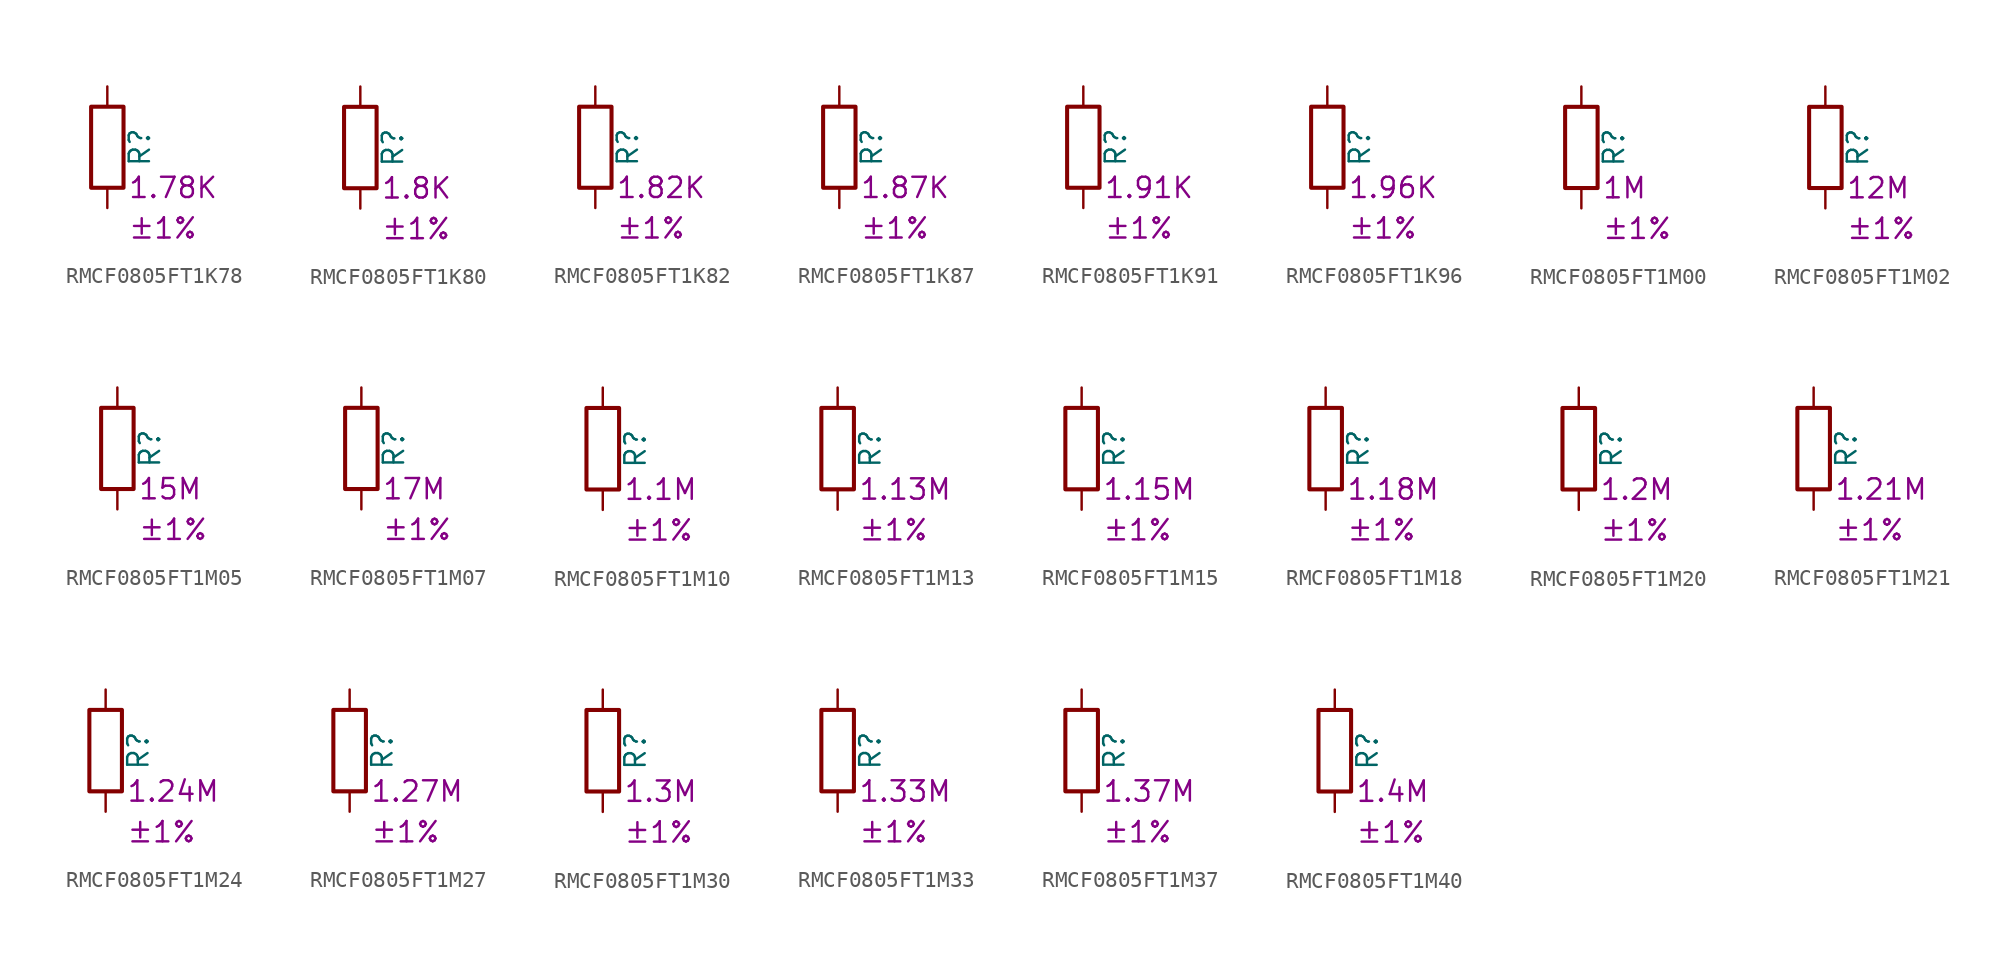
<source format=kicad_sym>
(kicad_symbol_lib
  (version 20220914)
  (generator kicad_symbol_editor)
  (symbol "RMCF0805FT1K78"
    (pin_numbers hide)
    (pin_names
      (offset 0))
    (property "Reference" "R"
      (at 2.032 0 90)
      (effects (font (size 1.27 1.27))))
    (property "Resistance" "1.78K"
      (at 1.27 -2.54 0)
      (effects (font (size 1.27 1.27)) (justify left)))
    (property "Tolerance" "±1%"
      (at 1.27 -5.08 0)
      (effects (font (size 1.27 1.27)) (justify left)))
    (symbol "RMCF0805FT1K78_0_1"
      (rectangle (start -1.016 -2.54) (end 1.016 2.54) (stroke (width 0.254) (type default)) (fill (type none))))
    (symbol "RMCF0805FT1K78_1_1"
      (pin passive line (at 0 3.81 270) (length 1.27) (name "~" (effects (font (size 1.27 1.27)))) (number "1" (effects (font (size 1.27 1.27)))))
      (pin passive line (at 0 -3.81 90) (length 1.27) (name "~" (effects (font (size 1.27 1.27)))) (number "2" (effects (font (size 1.27 1.27)))))))
  (symbol "RMCF0805FT1K80"
    (pin_numbers hide)
    (pin_names
      (offset 0))
    (property "Reference" "R"
      (at 2.032 0 90)
      (effects (font (size 1.27 1.27))))
    (property "Resistance" "1.8K"
      (at 1.27 -2.54 0)
      (effects (font (size 1.27 1.27)) (justify left)))
    (property "Tolerance" "±1%"
      (at 1.27 -5.08 0)
      (effects (font (size 1.27 1.27)) (justify left)))
    (symbol "RMCF0805FT1K80_0_1"
      (rectangle (start -1.016 -2.54) (end 1.016 2.54) (stroke (width 0.254) (type default)) (fill (type none))))
    (symbol "RMCF0805FT1K80_1_1"
      (pin passive line (at 0 3.81 270) (length 1.27) (name "~" (effects (font (size 1.27 1.27)))) (number "1" (effects (font (size 1.27 1.27)))))
      (pin passive line (at 0 -3.81 90) (length 1.27) (name "~" (effects (font (size 1.27 1.27)))) (number "2" (effects (font (size 1.27 1.27)))))))
  (symbol "RMCF0805FT1K82"
    (pin_numbers hide)
    (pin_names
      (offset 0))
    (property "Reference" "R"
      (at 2.032 0 90)
      (effects (font (size 1.27 1.27))))
    (property "Resistance" "1.82K"
      (at 1.27 -2.54 0)
      (effects (font (size 1.27 1.27)) (justify left)))
    (property "Tolerance" "±1%"
      (at 1.27 -5.08 0)
      (effects (font (size 1.27 1.27)) (justify left)))
    (symbol "RMCF0805FT1K82_0_1"
      (rectangle (start -1.016 -2.54) (end 1.016 2.54) (stroke (width 0.254) (type default)) (fill (type none))))
    (symbol "RMCF0805FT1K82_1_1"
      (pin passive line (at 0 3.81 270) (length 1.27) (name "~" (effects (font (size 1.27 1.27)))) (number "1" (effects (font (size 1.27 1.27)))))
      (pin passive line (at 0 -3.81 90) (length 1.27) (name "~" (effects (font (size 1.27 1.27)))) (number "2" (effects (font (size 1.27 1.27)))))))
  (symbol "RMCF0805FT1K87"
    (pin_numbers hide)
    (pin_names
      (offset 0))
    (property "Reference" "R"
      (at 2.032 0 90)
      (effects (font (size 1.27 1.27))))
    (property "Resistance" "1.87K"
      (at 1.27 -2.54 0)
      (effects (font (size 1.27 1.27)) (justify left)))
    (property "Tolerance" "±1%"
      (at 1.27 -5.08 0)
      (effects (font (size 1.27 1.27)) (justify left)))
    (symbol "RMCF0805FT1K87_0_1"
      (rectangle (start -1.016 -2.54) (end 1.016 2.54) (stroke (width 0.254) (type default)) (fill (type none))))
    (symbol "RMCF0805FT1K87_1_1"
      (pin passive line (at 0 3.81 270) (length 1.27) (name "~" (effects (font (size 1.27 1.27)))) (number "1" (effects (font (size 1.27 1.27)))))
      (pin passive line (at 0 -3.81 90) (length 1.27) (name "~" (effects (font (size 1.27 1.27)))) (number "2" (effects (font (size 1.27 1.27)))))))
  (symbol "RMCF0805FT1K91"
    (pin_numbers hide)
    (pin_names
      (offset 0))
    (property "Reference" "R"
      (at 2.032 0 90)
      (effects (font (size 1.27 1.27))))
    (property "Resistance" "1.91K"
      (at 1.27 -2.54 0)
      (effects (font (size 1.27 1.27)) (justify left)))
    (property "Tolerance" "±1%"
      (at 1.27 -5.08 0)
      (effects (font (size 1.27 1.27)) (justify left)))
    (symbol "RMCF0805FT1K91_0_1"
      (rectangle (start -1.016 -2.54) (end 1.016 2.54) (stroke (width 0.254) (type default)) (fill (type none))))
    (symbol "RMCF0805FT1K91_1_1"
      (pin passive line (at 0 3.81 270) (length 1.27) (name "~" (effects (font (size 1.27 1.27)))) (number "1" (effects (font (size 1.27 1.27)))))
      (pin passive line (at 0 -3.81 90) (length 1.27) (name "~" (effects (font (size 1.27 1.27)))) (number "2" (effects (font (size 1.27 1.27)))))))
  (symbol "RMCF0805FT1K96"
    (pin_numbers hide)
    (pin_names
      (offset 0))
    (property "Reference" "R"
      (at 2.032 0 90)
      (effects (font (size 1.27 1.27))))
    (property "Resistance" "1.96K"
      (at 1.27 -2.54 0)
      (effects (font (size 1.27 1.27)) (justify left)))
    (property "Tolerance" "±1%"
      (at 1.27 -5.08 0)
      (effects (font (size 1.27 1.27)) (justify left)))
    (symbol "RMCF0805FT1K96_0_1"
      (rectangle (start -1.016 -2.54) (end 1.016 2.54) (stroke (width 0.254) (type default)) (fill (type none))))
    (symbol "RMCF0805FT1K96_1_1"
      (pin passive line (at 0 3.81 270) (length 1.27) (name "~" (effects (font (size 1.27 1.27)))) (number "1" (effects (font (size 1.27 1.27)))))
      (pin passive line (at 0 -3.81 90) (length 1.27) (name "~" (effects (font (size 1.27 1.27)))) (number "2" (effects (font (size 1.27 1.27)))))))
  (symbol "RMCF0805FT1M00"
    (pin_numbers hide)
    (pin_names
      (offset 0))
    (property "Reference" "R"
      (at 2.032 0 90)
      (effects (font (size 1.27 1.27))))
    (property "Resistance" "1M"
      (at 1.27 -2.54 0)
      (effects (font (size 1.27 1.27)) (justify left)))
    (property "Tolerance" "±1%"
      (at 1.27 -5.08 0)
      (effects (font (size 1.27 1.27)) (justify left)))
    (symbol "RMCF0805FT1M00_0_1"
      (rectangle (start -1.016 -2.54) (end 1.016 2.54) (stroke (width 0.254) (type default)) (fill (type none))))
    (symbol "RMCF0805FT1M00_1_1"
      (pin passive line (at 0 3.81 270) (length 1.27) (name "~" (effects (font (size 1.27 1.27)))) (number "1" (effects (font (size 1.27 1.27)))))
      (pin passive line (at 0 -3.81 90) (length 1.27) (name "~" (effects (font (size 1.27 1.27)))) (number "2" (effects (font (size 1.27 1.27)))))))
  (symbol "RMCF0805FT1M02"
    (pin_numbers hide)
    (pin_names
      (offset 0))
    (property "Reference" "R"
      (at 2.032 0 90)
      (effects (font (size 1.27 1.27))))
    (property "Resistance" "12M"
      (at 1.27 -2.54 0)
      (effects (font (size 1.27 1.27)) (justify left)))
    (property "Tolerance" "±1%"
      (at 1.27 -5.08 0)
      (effects (font (size 1.27 1.27)) (justify left)))
    (symbol "RMCF0805FT1M02_0_1"
      (rectangle (start -1.016 -2.54) (end 1.016 2.54) (stroke (width 0.254) (type default)) (fill (type none))))
    (symbol "RMCF0805FT1M02_1_1"
      (pin passive line (at 0 3.81 270) (length 1.27) (name "~" (effects (font (size 1.27 1.27)))) (number "1" (effects (font (size 1.27 1.27)))))
      (pin passive line (at 0 -3.81 90) (length 1.27) (name "~" (effects (font (size 1.27 1.27)))) (number "2" (effects (font (size 1.27 1.27)))))))
  (symbol "RMCF0805FT1M05"
    (pin_numbers hide)
    (pin_names
      (offset 0))
    (property "Reference" "R"
      (at 2.032 0 90)
      (effects (font (size 1.27 1.27))))
    (property "Resistance" "15M"
      (at 1.27 -2.54 0)
      (effects (font (size 1.27 1.27)) (justify left)))
    (property "Tolerance" "±1%"
      (at 1.27 -5.08 0)
      (effects (font (size 1.27 1.27)) (justify left)))
    (symbol "RMCF0805FT1M05_0_1"
      (rectangle (start -1.016 -2.54) (end 1.016 2.54) (stroke (width 0.254) (type default)) (fill (type none))))
    (symbol "RMCF0805FT1M05_1_1"
      (pin passive line (at 0 3.81 270) (length 1.27) (name "~" (effects (font (size 1.27 1.27)))) (number "1" (effects (font (size 1.27 1.27)))))
      (pin passive line (at 0 -3.81 90) (length 1.27) (name "~" (effects (font (size 1.27 1.27)))) (number "2" (effects (font (size 1.27 1.27)))))))
  (symbol "RMCF0805FT1M07"
    (pin_numbers hide)
    (pin_names
      (offset 0))
    (property "Reference" "R"
      (at 2.032 0 90)
      (effects (font (size 1.27 1.27))))
    (property "Resistance" "17M"
      (at 1.27 -2.54 0)
      (effects (font (size 1.27 1.27)) (justify left)))
    (property "Tolerance" "±1%"
      (at 1.27 -5.08 0)
      (effects (font (size 1.27 1.27)) (justify left)))
    (symbol "RMCF0805FT1M07_0_1"
      (rectangle (start -1.016 -2.54) (end 1.016 2.54) (stroke (width 0.254) (type default)) (fill (type none))))
    (symbol "RMCF0805FT1M07_1_1"
      (pin passive line (at 0 3.81 270) (length 1.27) (name "~" (effects (font (size 1.27 1.27)))) (number "1" (effects (font (size 1.27 1.27)))))
      (pin passive line (at 0 -3.81 90) (length 1.27) (name "~" (effects (font (size 1.27 1.27)))) (number "2" (effects (font (size 1.27 1.27)))))))
  (symbol "RMCF0805FT1M10"
    (pin_numbers hide)
    (pin_names
      (offset 0))
    (property "Reference" "R"
      (at 2.032 0 90)
      (effects (font (size 1.27 1.27))))
    (property "Resistance" "1.1M"
      (at 1.27 -2.54 0)
      (effects (font (size 1.27 1.27)) (justify left)))
    (property "Tolerance" "±1%"
      (at 1.27 -5.08 0)
      (effects (font (size 1.27 1.27)) (justify left)))
    (symbol "RMCF0805FT1M10_0_1"
      (rectangle (start -1.016 -2.54) (end 1.016 2.54) (stroke (width 0.254) (type default)) (fill (type none))))
    (symbol "RMCF0805FT1M10_1_1"
      (pin passive line (at 0 3.81 270) (length 1.27) (name "~" (effects (font (size 1.27 1.27)))) (number "1" (effects (font (size 1.27 1.27)))))
      (pin passive line (at 0 -3.81 90) (length 1.27) (name "~" (effects (font (size 1.27 1.27)))) (number "2" (effects (font (size 1.27 1.27)))))))
  (symbol "RMCF0805FT1M13"
    (pin_numbers hide)
    (pin_names
      (offset 0))
    (property "Reference" "R"
      (at 2.032 0 90)
      (effects (font (size 1.27 1.27))))
    (property "Resistance" "1.13M"
      (at 1.27 -2.54 0)
      (effects (font (size 1.27 1.27)) (justify left)))
    (property "Tolerance" "±1%"
      (at 1.27 -5.08 0)
      (effects (font (size 1.27 1.27)) (justify left)))
    (symbol "RMCF0805FT1M13_0_1"
      (rectangle (start -1.016 -2.54) (end 1.016 2.54) (stroke (width 0.254) (type default)) (fill (type none))))
    (symbol "RMCF0805FT1M13_1_1"
      (pin passive line (at 0 3.81 270) (length 1.27) (name "~" (effects (font (size 1.27 1.27)))) (number "1" (effects (font (size 1.27 1.27)))))
      (pin passive line (at 0 -3.81 90) (length 1.27) (name "~" (effects (font (size 1.27 1.27)))) (number "2" (effects (font (size 1.27 1.27)))))))
  (symbol "RMCF0805FT1M15"
    (pin_numbers hide)
    (pin_names
      (offset 0))
    (property "Reference" "R"
      (at 2.032 0 90)
      (effects (font (size 1.27 1.27))))
    (property "Resistance" "1.15M"
      (at 1.27 -2.54 0)
      (effects (font (size 1.27 1.27)) (justify left)))
    (property "Tolerance" "±1%"
      (at 1.27 -5.08 0)
      (effects (font (size 1.27 1.27)) (justify left)))
    (symbol "RMCF0805FT1M15_0_1"
      (rectangle (start -1.016 -2.54) (end 1.016 2.54) (stroke (width 0.254) (type default)) (fill (type none))))
    (symbol "RMCF0805FT1M15_1_1"
      (pin passive line (at 0 3.81 270) (length 1.27) (name "~" (effects (font (size 1.27 1.27)))) (number "1" (effects (font (size 1.27 1.27)))))
      (pin passive line (at 0 -3.81 90) (length 1.27) (name "~" (effects (font (size 1.27 1.27)))) (number "2" (effects (font (size 1.27 1.27)))))))
  (symbol "RMCF0805FT1M18"
    (pin_numbers hide)
    (pin_names
      (offset 0))
    (property "Reference" "R"
      (at 2.032 0 90)
      (effects (font (size 1.27 1.27))))
    (property "Resistance" "1.18M"
      (at 1.27 -2.54 0)
      (effects (font (size 1.27 1.27)) (justify left)))
    (property "Tolerance" "±1%"
      (at 1.27 -5.08 0)
      (effects (font (size 1.27 1.27)) (justify left)))
    (symbol "RMCF0805FT1M18_0_1"
      (rectangle (start -1.016 -2.54) (end 1.016 2.54) (stroke (width 0.254) (type default)) (fill (type none))))
    (symbol "RMCF0805FT1M18_1_1"
      (pin passive line (at 0 3.81 270) (length 1.27) (name "~" (effects (font (size 1.27 1.27)))) (number "1" (effects (font (size 1.27 1.27)))))
      (pin passive line (at 0 -3.81 90) (length 1.27) (name "~" (effects (font (size 1.27 1.27)))) (number "2" (effects (font (size 1.27 1.27)))))))
  (symbol "RMCF0805FT1M20"
    (pin_numbers hide)
    (pin_names
      (offset 0))
    (property "Reference" "R"
      (at 2.032 0 90)
      (effects (font (size 1.27 1.27))))
    (property "Resistance" "1.2M"
      (at 1.27 -2.54 0)
      (effects (font (size 1.27 1.27)) (justify left)))
    (property "Tolerance" "±1%"
      (at 1.27 -5.08 0)
      (effects (font (size 1.27 1.27)) (justify left)))
    (symbol "RMCF0805FT1M20_0_1"
      (rectangle (start -1.016 -2.54) (end 1.016 2.54) (stroke (width 0.254) (type default)) (fill (type none))))
    (symbol "RMCF0805FT1M20_1_1"
      (pin passive line (at 0 3.81 270) (length 1.27) (name "~" (effects (font (size 1.27 1.27)))) (number "1" (effects (font (size 1.27 1.27)))))
      (pin passive line (at 0 -3.81 90) (length 1.27) (name "~" (effects (font (size 1.27 1.27)))) (number "2" (effects (font (size 1.27 1.27)))))))
  (symbol "RMCF0805FT1M21"
    (pin_numbers hide)
    (pin_names
      (offset 0))
    (property "Reference" "R"
      (at 2.032 0 90)
      (effects (font (size 1.27 1.27))))
    (property "Resistance" "1.21M"
      (at 1.27 -2.54 0)
      (effects (font (size 1.27 1.27)) (justify left)))
    (property "Tolerance" "±1%"
      (at 1.27 -5.08 0)
      (effects (font (size 1.27 1.27)) (justify left)))
    (symbol "RMCF0805FT1M21_0_1"
      (rectangle (start -1.016 -2.54) (end 1.016 2.54) (stroke (width 0.254) (type default)) (fill (type none))))
    (symbol "RMCF0805FT1M21_1_1"
      (pin passive line (at 0 3.81 270) (length 1.27) (name "~" (effects (font (size 1.27 1.27)))) (number "1" (effects (font (size 1.27 1.27)))))
      (pin passive line (at 0 -3.81 90) (length 1.27) (name "~" (effects (font (size 1.27 1.27)))) (number "2" (effects (font (size 1.27 1.27)))))))
  (symbol "RMCF0805FT1M24"
    (pin_numbers hide)
    (pin_names
      (offset 0))
    (property "Reference" "R"
      (at 2.032 0 90)
      (effects (font (size 1.27 1.27))))
    (property "Resistance" "1.24M"
      (at 1.27 -2.54 0)
      (effects (font (size 1.27 1.27)) (justify left)))
    (property "Tolerance" "±1%"
      (at 1.27 -5.08 0)
      (effects (font (size 1.27 1.27)) (justify left)))
    (symbol "RMCF0805FT1M24_0_1"
      (rectangle (start -1.016 -2.54) (end 1.016 2.54) (stroke (width 0.254) (type default)) (fill (type none))))
    (symbol "RMCF0805FT1M24_1_1"
      (pin passive line (at 0 3.81 270) (length 1.27) (name "~" (effects (font (size 1.27 1.27)))) (number "1" (effects (font (size 1.27 1.27)))))
      (pin passive line (at 0 -3.81 90) (length 1.27) (name "~" (effects (font (size 1.27 1.27)))) (number "2" (effects (font (size 1.27 1.27)))))))
  (symbol "RMCF0805FT1M27"
    (pin_numbers hide)
    (pin_names
      (offset 0))
    (property "Reference" "R"
      (at 2.032 0 90)
      (effects (font (size 1.27 1.27))))
    (property "Resistance" "1.27M"
      (at 1.27 -2.54 0)
      (effects (font (size 1.27 1.27)) (justify left)))
    (property "Tolerance" "±1%"
      (at 1.27 -5.08 0)
      (effects (font (size 1.27 1.27)) (justify left)))
    (symbol "RMCF0805FT1M27_0_1"
      (rectangle (start -1.016 -2.54) (end 1.016 2.54) (stroke (width 0.254) (type default)) (fill (type none))))
    (symbol "RMCF0805FT1M27_1_1"
      (pin passive line (at 0 3.81 270) (length 1.27) (name "~" (effects (font (size 1.27 1.27)))) (number "1" (effects (font (size 1.27 1.27)))))
      (pin passive line (at 0 -3.81 90) (length 1.27) (name "~" (effects (font (size 1.27 1.27)))) (number "2" (effects (font (size 1.27 1.27)))))))
  (symbol "RMCF0805FT1M30"
    (pin_numbers hide)
    (pin_names
      (offset 0))
    (property "Reference" "R"
      (at 2.032 0 90)
      (effects (font (size 1.27 1.27))))
    (property "Resistance" "1.3M"
      (at 1.27 -2.54 0)
      (effects (font (size 1.27 1.27)) (justify left)))
    (property "Tolerance" "±1%"
      (at 1.27 -5.08 0)
      (effects (font (size 1.27 1.27)) (justify left)))
    (symbol "RMCF0805FT1M30_0_1"
      (rectangle (start -1.016 -2.54) (end 1.016 2.54) (stroke (width 0.254) (type default)) (fill (type none))))
    (symbol "RMCF0805FT1M30_1_1"
      (pin passive line (at 0 3.81 270) (length 1.27) (name "~" (effects (font (size 1.27 1.27)))) (number "1" (effects (font (size 1.27 1.27)))))
      (pin passive line (at 0 -3.81 90) (length 1.27) (name "~" (effects (font (size 1.27 1.27)))) (number "2" (effects (font (size 1.27 1.27)))))))
  (symbol "RMCF0805FT1M33"
    (pin_numbers hide)
    (pin_names
      (offset 0))
    (property "Reference" "R"
      (at 2.032 0 90)
      (effects (font (size 1.27 1.27))))
    (property "Resistance" "1.33M"
      (at 1.27 -2.54 0)
      (effects (font (size 1.27 1.27)) (justify left)))
    (property "Tolerance" "±1%"
      (at 1.27 -5.08 0)
      (effects (font (size 1.27 1.27)) (justify left)))
    (symbol "RMCF0805FT1M33_0_1"
      (rectangle (start -1.016 -2.54) (end 1.016 2.54) (stroke (width 0.254) (type default)) (fill (type none))))
    (symbol "RMCF0805FT1M33_1_1"
      (pin passive line (at 0 3.81 270) (length 1.27) (name "~" (effects (font (size 1.27 1.27)))) (number "1" (effects (font (size 1.27 1.27)))))
      (pin passive line (at 0 -3.81 90) (length 1.27) (name "~" (effects (font (size 1.27 1.27)))) (number "2" (effects (font (size 1.27 1.27)))))))
  (symbol "RMCF0805FT1M37"
    (pin_numbers hide)
    (pin_names
      (offset 0))
    (property "Reference" "R"
      (at 2.032 0 90)
      (effects (font (size 1.27 1.27))))
    (property "Resistance" "1.37M"
      (at 1.27 -2.54 0)
      (effects (font (size 1.27 1.27)) (justify left)))
    (property "Tolerance" "±1%"
      (at 1.27 -5.08 0)
      (effects (font (size 1.27 1.27)) (justify left)))
    (symbol "RMCF0805FT1M37_0_1"
      (rectangle (start -1.016 -2.54) (end 1.016 2.54) (stroke (width 0.254) (type default)) (fill (type none))))
    (symbol "RMCF0805FT1M37_1_1"
      (pin passive line (at 0 3.81 270) (length 1.27) (name "~" (effects (font (size 1.27 1.27)))) (number "1" (effects (font (size 1.27 1.27)))))
      (pin passive line (at 0 -3.81 90) (length 1.27) (name "~" (effects (font (size 1.27 1.27)))) (number "2" (effects (font (size 1.27 1.27)))))))
  (symbol "RMCF0805FT1M40"
    (pin_numbers hide)
    (pin_names
      (offset 0))
    (property "Reference" "R"
      (at 2.032 0 90)
      (effects (font (size 1.27 1.27))))
    (property "Resistance" "1.4M"
      (at 1.27 -2.54 0)
      (effects (font (size 1.27 1.27)) (justify left)))
    (property "Tolerance" "±1%"
      (at 1.27 -5.08 0)
      (effects (font (size 1.27 1.27)) (justify left)))
    (symbol "RMCF0805FT1M40_0_1"
      (rectangle (start -1.016 -2.54) (end 1.016 2.54) (stroke (width 0.254) (type default)) (fill (type none))))
    (symbol "RMCF0805FT1M40_1_1"
      (pin passive line (at 0 3.81 270) (length 1.27) (name "~" (effects (font (size 1.27 1.27)))) (number "1" (effects (font (size 1.27 1.27)))))
      (pin passive line (at 0 -3.81 90) (length 1.27) (name "~" (effects (font (size 1.27 1.27)))) (number "2" (effects (font (size 1.27 1.27))))))))
</source>
